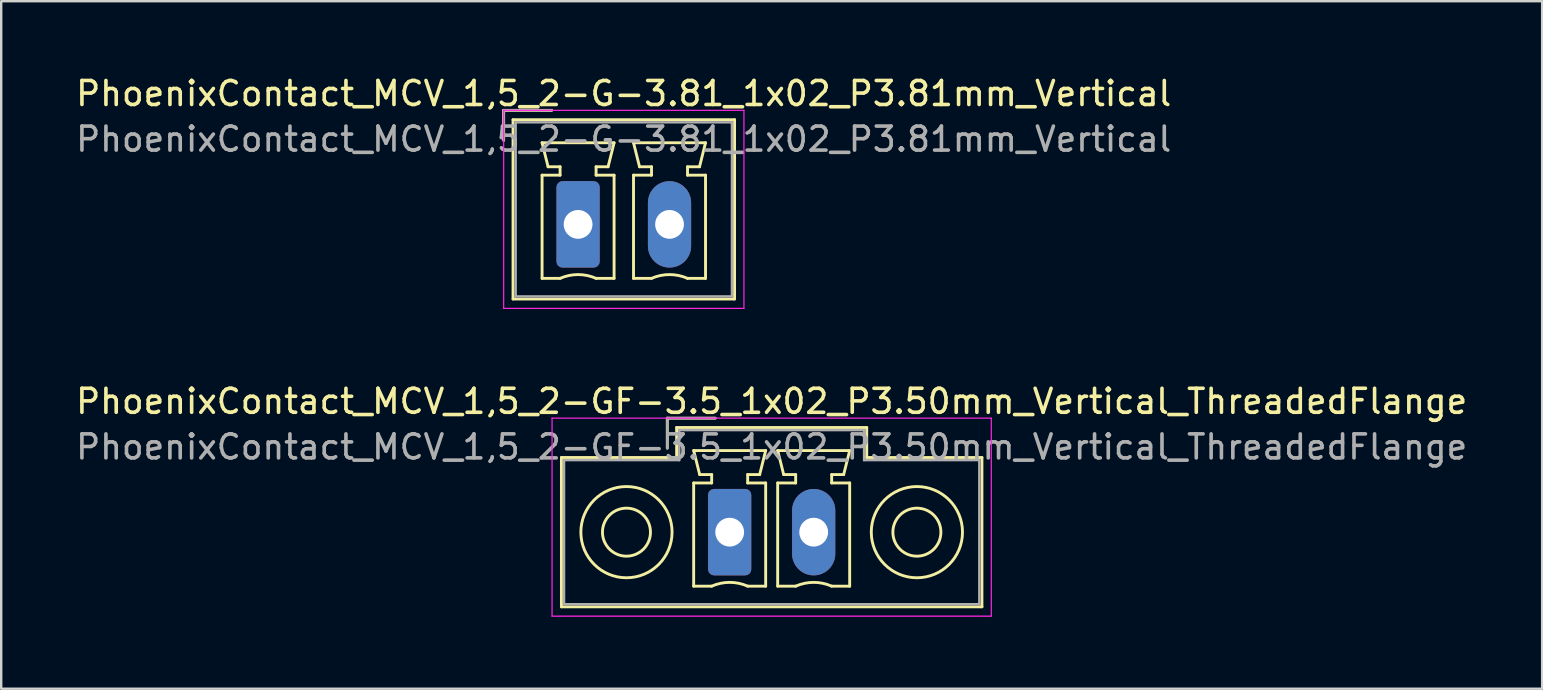
<source format=kicad_pcb>
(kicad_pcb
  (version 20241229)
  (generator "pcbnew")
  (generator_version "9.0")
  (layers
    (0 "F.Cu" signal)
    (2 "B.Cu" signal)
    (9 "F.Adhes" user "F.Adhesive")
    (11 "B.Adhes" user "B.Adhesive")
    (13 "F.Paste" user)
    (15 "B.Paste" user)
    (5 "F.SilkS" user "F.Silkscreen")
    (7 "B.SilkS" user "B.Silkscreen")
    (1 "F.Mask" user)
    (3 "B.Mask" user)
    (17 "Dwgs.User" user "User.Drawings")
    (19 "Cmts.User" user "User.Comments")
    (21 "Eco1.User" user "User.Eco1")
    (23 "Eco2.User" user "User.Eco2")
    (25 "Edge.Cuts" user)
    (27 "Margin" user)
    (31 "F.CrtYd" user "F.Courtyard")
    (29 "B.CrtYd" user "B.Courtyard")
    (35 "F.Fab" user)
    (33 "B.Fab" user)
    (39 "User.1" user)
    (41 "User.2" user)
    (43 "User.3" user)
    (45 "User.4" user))
  (footprint "PhoenixContact_MCV_1,5_2-GF-3.5_1x02_P3.50mm_Vertical_ThreadedFlange"
    (layer "F.Cu")
    (at 27.351 19.122)
    (property "Reference" "PhoenixContact_MCV_1,5_2-GF-3.5_1x02_P3.50mm_Vertical_ThreadedFlange" (at 1.75 -5.45 0) (layer "F.SilkS") (effects (font (size 1 1) (thickness 0.15))))
    (attr through_hole)
    (fp_line (start -7.01 -3.11) (end -7.01 3.11) (stroke (width 0.12) (type solid)) (layer "F.SilkS"))
    (fp_line (start -7.01 3.11) (end 10.51 3.11) (stroke (width 0.12) (type solid)) (layer "F.SilkS"))
    (fp_line (start -2.6 -4.75) (end -0.6 -4.75) (stroke (width 0.12) (type solid)) (layer "F.SilkS"))
    (fp_line (start -2.6 -3.5) (end -2.6 -4.75) (stroke (width 0.12) (type solid)) (layer "F.SilkS"))
    (fp_line (start -2.21 -4.36) (end -2.21 -3.11) (stroke (width 0.12) (type solid)) (layer "F.SilkS"))
    (fp_line (start -2.21 -3.11) (end -7.01 -3.11) (stroke (width 0.12) (type solid)) (layer "F.SilkS"))
    (fp_line (start -1.5 -3.4) (end 1.5 -3.4) (stroke (width 0.12) (type solid)) (layer "F.SilkS"))
    (fp_line (start -1.5 -2.05) (end -0.75 -2.05) (stroke (width 0.12) (type solid)) (layer "F.SilkS"))
    (fp_line (start -1.5 2.25) (end -1.5 -2.05) (stroke (width 0.12) (type solid)) (layer "F.SilkS"))
    (fp_line (start -1.25 -2.4) (end -1.5 -3.4) (stroke (width 0.12) (type solid)) (layer "F.SilkS"))
    (fp_line (start -0.75 -2.4) (end -1.25 -2.4) (stroke (width 0.12) (type solid)) (layer "F.SilkS"))
    (fp_line (start -0.75 -2.05) (end -0.75 -2.4) (stroke (width 0.12) (type solid)) (layer "F.SilkS"))
    (fp_line (start -0.75 2.25) (end -1.5 2.25) (stroke (width 0.12) (type solid)) (layer "F.SilkS"))
    (fp_line (start 0.75 -2.4) (end 0.75 -2.05) (stroke (width 0.12) (type solid)) (layer "F.SilkS"))
    (fp_line (start 0.75 -2.05) (end 1.5 -2.05) (stroke (width 0.12) (type solid)) (layer "F.SilkS"))
    (fp_line (start 1.25 -2.4) (end 0.75 -2.4) (stroke (width 0.12) (type solid)) (layer "F.SilkS"))
    (fp_line (start 1.5 -3.4) (end 1.25 -2.4) (stroke (width 0.12) (type solid)) (layer "F.SilkS"))
    (fp_line (start 1.5 -2.05) (end 1.5 2.25) (stroke (width 0.12) (type solid)) (layer "F.SilkS"))
    (fp_line (start 1.5 2.25) (end 0.75 2.25) (stroke (width 0.12) (type solid)) (layer "F.SilkS"))
    (fp_line (start 2 -3.4) (end 5 -3.4) (stroke (width 0.12) (type solid)) (layer "F.SilkS"))
    (fp_line (start 2 -2.05) (end 2.75 -2.05) (stroke (width 0.12) (type solid)) (layer "F.SilkS"))
    (fp_line (start 2 2.25) (end 2 -2.05) (stroke (width 0.12) (type solid)) (layer "F.SilkS"))
    (fp_line (start 2.25 -2.4) (end 2 -3.4) (stroke (width 0.12) (type solid)) (layer "F.SilkS"))
    (fp_line (start 2.75 -2.4) (end 2.25 -2.4) (stroke (width 0.12) (type solid)) (layer "F.SilkS"))
    (fp_line (start 2.75 -2.05) (end 2.75 -2.4) (stroke (width 0.12) (type solid)) (layer "F.SilkS"))
    (fp_line (start 2.75 2.25) (end 2 2.25) (stroke (width 0.12) (type solid)) (layer "F.SilkS"))
    (fp_line (start 4.25 -2.4) (end 4.25 -2.05) (stroke (width 0.12) (type solid)) (layer "F.SilkS"))
    (fp_line (start 4.25 -2.05) (end 5 -2.05) (stroke (width 0.12) (type solid)) (layer "F.SilkS"))
    (fp_line (start 4.75 -2.4) (end 4.25 -2.4) (stroke (width 0.12) (type solid)) (layer "F.SilkS"))
    (fp_line (start 5 -3.4) (end 4.75 -2.4) (stroke (width 0.12) (type solid)) (layer "F.SilkS"))
    (fp_line (start 5 -2.05) (end 5 2.25) (stroke (width 0.12) (type solid)) (layer "F.SilkS"))
    (fp_line (start 5 2.25) (end 4.25 2.25) (stroke (width 0.12) (type solid)) (layer "F.SilkS"))
    (fp_line (start 5.71 -4.36) (end -2.21 -4.36) (stroke (width 0.12) (type solid)) (layer "F.SilkS"))
    (fp_line (start 5.71 -3.11) (end 5.71 -4.36) (stroke (width 0.12) (type solid)) (layer "F.SilkS"))
    (fp_line (start 10.51 -3.11) (end 5.71 -3.11) (stroke (width 0.12) (type solid)) (layer "F.SilkS"))
    (fp_line (start 10.51 3.11) (end 10.51 -3.11) (stroke (width 0.12) (type solid)) (layer "F.SilkS"))
    (fp_arc (start -0.75 2.25) (mid -0.000193 2.09191) (end 0.749647 2.249844) (stroke (width 0.12) (type solid)) (layer "F.SilkS"))
    (fp_arc (start 2.75 2.25) (mid 3.499807 2.09191) (end 4.249647 2.249844) (stroke (width 0.12) (type solid)) (layer "F.SilkS"))
    (fp_circle (center -4.3 0) (end -3.3 0) (stroke (width 0.12) (type solid)) (fill no) (layer "F.SilkS"))
    (fp_circle (center -4.3 0) (end -2.4 0) (stroke (width 0.12) (type solid)) (fill no) (layer "F.SilkS"))
    (fp_circle (center 7.8 0) (end 8.8 0) (stroke (width 0.12) (type solid)) (fill no) (layer "F.SilkS"))
    (fp_circle (center 7.8 0) (end 9.7 0) (stroke (width 0.12) (type solid)) (fill no) (layer "F.SilkS"))
    (fp_line (start -7.4 -4.75) (end -7.4 3.5) (stroke (width 0.05) (type solid)) (layer "F.CrtYd"))
    (fp_line (start -7.4 3.5) (end 10.9 3.5) (stroke (width 0.05) (type solid)) (layer "F.CrtYd"))
    (fp_line (start 10.9 -4.75) (end -7.4 -4.75) (stroke (width 0.05) (type solid)) (layer "F.CrtYd"))
    (fp_line (start 10.9 3.5) (end 10.9 -4.75) (stroke (width 0.05) (type solid)) (layer "F.CrtYd"))
    (fp_line (start -6.9 -3) (end -6.9 3) (stroke (width 0.1) (type solid)) (layer "F.Fab"))
    (fp_line (start -6.9 3) (end 10.4 3) (stroke (width 0.1) (type solid)) (layer "F.Fab"))
    (fp_line (start -2.6 -4.75) (end -0.6 -4.75) (stroke (width 0.1) (type solid)) (layer "F.Fab"))
    (fp_line (start -2.6 -3.5) (end -2.6 -4.75) (stroke (width 0.1) (type solid)) (layer "F.Fab"))
    (fp_line (start -2.1 -4.25) (end -2.1 -3) (stroke (width 0.1) (type solid)) (layer "F.Fab"))
    (fp_line (start -2.1 -3) (end -6.9 -3) (stroke (width 0.1) (type solid)) (layer "F.Fab"))
    (fp_line (start 5.6 -4.25) (end -2.1 -4.25) (stroke (width 0.1) (type solid)) (layer "F.Fab"))
    (fp_line (start 5.6 -3) (end 5.6 -4.25) (stroke (width 0.1) (type solid)) (layer "F.Fab"))
    (fp_line (start 10.4 -3) (end 5.6 -3) (stroke (width 0.1) (type solid)) (layer "F.Fab"))
    (fp_line (start 10.4 3) (end 10.4 -3) (stroke (width 0.1) (type solid)) (layer "F.Fab"))
    (fp_text user "${REFERENCE}" (at 1.75 -3.55 0) (layer "F.Fab") (effects (font (size 1 1) (thickness 0.15))))
    (pad "1" thru_hole roundrect (at 0 0) (size 1.8 3.6) (drill 1.2) (layers "*.Cu" "*.Mask") (roundrect_rratio 0.139))
    (pad "2" thru_hole oval (at 3.5 0) (size 1.8 3.6) (drill 1.2) (layers "*.Cu" "*.Mask")))
  (footprint "PhoenixContact_MCV_1,5_2-G-3.81_1x02_P3.81mm_Vertical"
    (layer "F.Cu")
    (at 21.035 6.298)
    (property "Reference" "PhoenixContact_MCV_1,5_2-G-3.81_1x02_P3.81mm_Vertical" (at 1.9 -5.45 0) (layer "F.SilkS") (effects (font (size 1 1) (thickness 0.15))))
    (attr through_hole)
    (fp_line (start -3.1 -4.75) (end -1.1 -4.75) (stroke (width 0.12) (type solid)) (layer "F.SilkS"))
    (fp_line (start -3.1 -3.5) (end -3.1 -4.75) (stroke (width 0.12) (type solid)) (layer "F.SilkS"))
    (fp_line (start -2.71 -4.36) (end -2.71 3.11) (stroke (width 0.12) (type solid)) (layer "F.SilkS"))
    (fp_line (start -2.71 3.11) (end 6.52 3.11) (stroke (width 0.12) (type solid)) (layer "F.SilkS"))
    (fp_line (start -1.5 -3.4) (end 1.5 -3.4) (stroke (width 0.12) (type solid)) (layer "F.SilkS"))
    (fp_line (start -1.5 -2.05) (end -0.75 -2.05) (stroke (width 0.12) (type solid)) (layer "F.SilkS"))
    (fp_line (start -1.5 2.25) (end -1.5 -2.05) (stroke (width 0.12) (type solid)) (layer "F.SilkS"))
    (fp_line (start -1.25 -2.4) (end -1.5 -3.4) (stroke (width 0.12) (type solid)) (layer "F.SilkS"))
    (fp_line (start -0.75 -2.4) (end -1.25 -2.4) (stroke (width 0.12) (type solid)) (layer "F.SilkS"))
    (fp_line (start -0.75 -2.05) (end -0.75 -2.4) (stroke (width 0.12) (type solid)) (layer "F.SilkS"))
    (fp_line (start -0.75 2.25) (end -1.5 2.25) (stroke (width 0.12) (type solid)) (layer "F.SilkS"))
    (fp_line (start 0.75 -2.4) (end 0.75 -2.05) (stroke (width 0.12) (type solid)) (layer "F.SilkS"))
    (fp_line (start 0.75 -2.05) (end 1.5 -2.05) (stroke (width 0.12) (type solid)) (layer "F.SilkS"))
    (fp_line (start 1.25 -2.4) (end 0.75 -2.4) (stroke (width 0.12) (type solid)) (layer "F.SilkS"))
    (fp_line (start 1.5 -3.4) (end 1.25 -2.4) (stroke (width 0.12) (type solid)) (layer "F.SilkS"))
    (fp_line (start 1.5 -2.05) (end 1.5 2.25) (stroke (width 0.12) (type solid)) (layer "F.SilkS"))
    (fp_line (start 1.5 2.25) (end 0.75 2.25) (stroke (width 0.12) (type solid)) (layer "F.SilkS"))
    (fp_line (start 2.31 -3.4) (end 5.31 -3.4) (stroke (width 0.12) (type solid)) (layer "F.SilkS"))
    (fp_line (start 2.31 -2.05) (end 3.06 -2.05) (stroke (width 0.12) (type solid)) (layer "F.SilkS"))
    (fp_line (start 2.31 2.25) (end 2.31 -2.05) (stroke (width 0.12) (type solid)) (layer "F.SilkS"))
    (fp_line (start 2.56 -2.4) (end 2.31 -3.4) (stroke (width 0.12) (type solid)) (layer "F.SilkS"))
    (fp_line (start 3.06 -2.4) (end 2.56 -2.4) (stroke (width 0.12) (type solid)) (layer "F.SilkS"))
    (fp_line (start 3.06 -2.05) (end 3.06 -2.4) (stroke (width 0.12) (type solid)) (layer "F.SilkS"))
    (fp_line (start 3.06 2.25) (end 2.31 2.25) (stroke (width 0.12) (type solid)) (layer "F.SilkS"))
    (fp_line (start 4.56 -2.4) (end 4.56 -2.05) (stroke (width 0.12) (type solid)) (layer "F.SilkS"))
    (fp_line (start 4.56 -2.05) (end 5.31 -2.05) (stroke (width 0.12) (type solid)) (layer "F.SilkS"))
    (fp_line (start 5.06 -2.4) (end 4.56 -2.4) (stroke (width 0.12) (type solid)) (layer "F.SilkS"))
    (fp_line (start 5.31 -3.4) (end 5.06 -2.4) (stroke (width 0.12) (type solid)) (layer "F.SilkS"))
    (fp_line (start 5.31 -2.05) (end 5.31 2.25) (stroke (width 0.12) (type solid)) (layer "F.SilkS"))
    (fp_line (start 5.31 2.25) (end 4.56 2.25) (stroke (width 0.12) (type solid)) (layer "F.SilkS"))
    (fp_line (start 6.52 -4.36) (end -2.71 -4.36) (stroke (width 0.12) (type solid)) (layer "F.SilkS"))
    (fp_line (start 6.52 3.11) (end 6.52 -4.36) (stroke (width 0.12) (type solid)) (layer "F.SilkS"))
    (fp_arc (start -0.75 2.25) (mid -0.000193 2.09191) (end 0.749647 2.249844) (stroke (width 0.12) (type solid)) (layer "F.SilkS"))
    (fp_arc (start 3.06 2.25) (mid 3.809807 2.09191) (end 4.559647 2.249844) (stroke (width 0.12) (type solid)) (layer "F.SilkS"))
    (fp_line (start -3.1 -4.75) (end -3.1 3.5) (stroke (width 0.05) (type solid)) (layer "F.CrtYd"))
    (fp_line (start -3.1 3.5) (end 6.91 3.5) (stroke (width 0.05) (type solid)) (layer "F.CrtYd"))
    (fp_line (start 6.91 -4.75) (end -3.1 -4.75) (stroke (width 0.05) (type solid)) (layer "F.CrtYd"))
    (fp_line (start 6.91 3.5) (end 6.91 -4.75) (stroke (width 0.05) (type solid)) (layer "F.CrtYd"))
    (fp_line (start -3.1 -4.75) (end -1.1 -4.75) (stroke (width 0.1) (type solid)) (layer "F.Fab"))
    (fp_line (start -3.1 -3.5) (end -3.1 -4.75) (stroke (width 0.1) (type solid)) (layer "F.Fab"))
    (fp_line (start -2.6 -4.25) (end -2.6 3) (stroke (width 0.1) (type solid)) (layer "F.Fab"))
    (fp_line (start -2.6 3) (end 6.41 3) (stroke (width 0.1) (type solid)) (layer "F.Fab"))
    (fp_line (start 6.41 -4.25) (end -2.6 -4.25) (stroke (width 0.1) (type solid)) (layer "F.Fab"))
    (fp_line (start 6.41 3) (end 6.41 -4.25) (stroke (width 0.1) (type solid)) (layer "F.Fab"))
    (fp_text user "${REFERENCE}" (at 1.9 -3.55 0) (layer "F.Fab") (effects (font (size 1 1) (thickness 0.15))))
    (pad "1" thru_hole roundrect (at 0 0) (size 1.8 3.6) (drill 1.2) (layers "*.Cu" "*.Mask") (roundrect_rratio 0.139))
    (pad "2" thru_hole oval (at 3.81 0) (size 1.8 3.6) (drill 1.2) (layers "*.Cu" "*.Mask")))
  (gr_rect
    (start -3 -3)
    (end 61.202 25.646)
    (stroke (width 0.1) (type default))
    (fill no)
    (layer "Edge.Cuts")))
</source>
